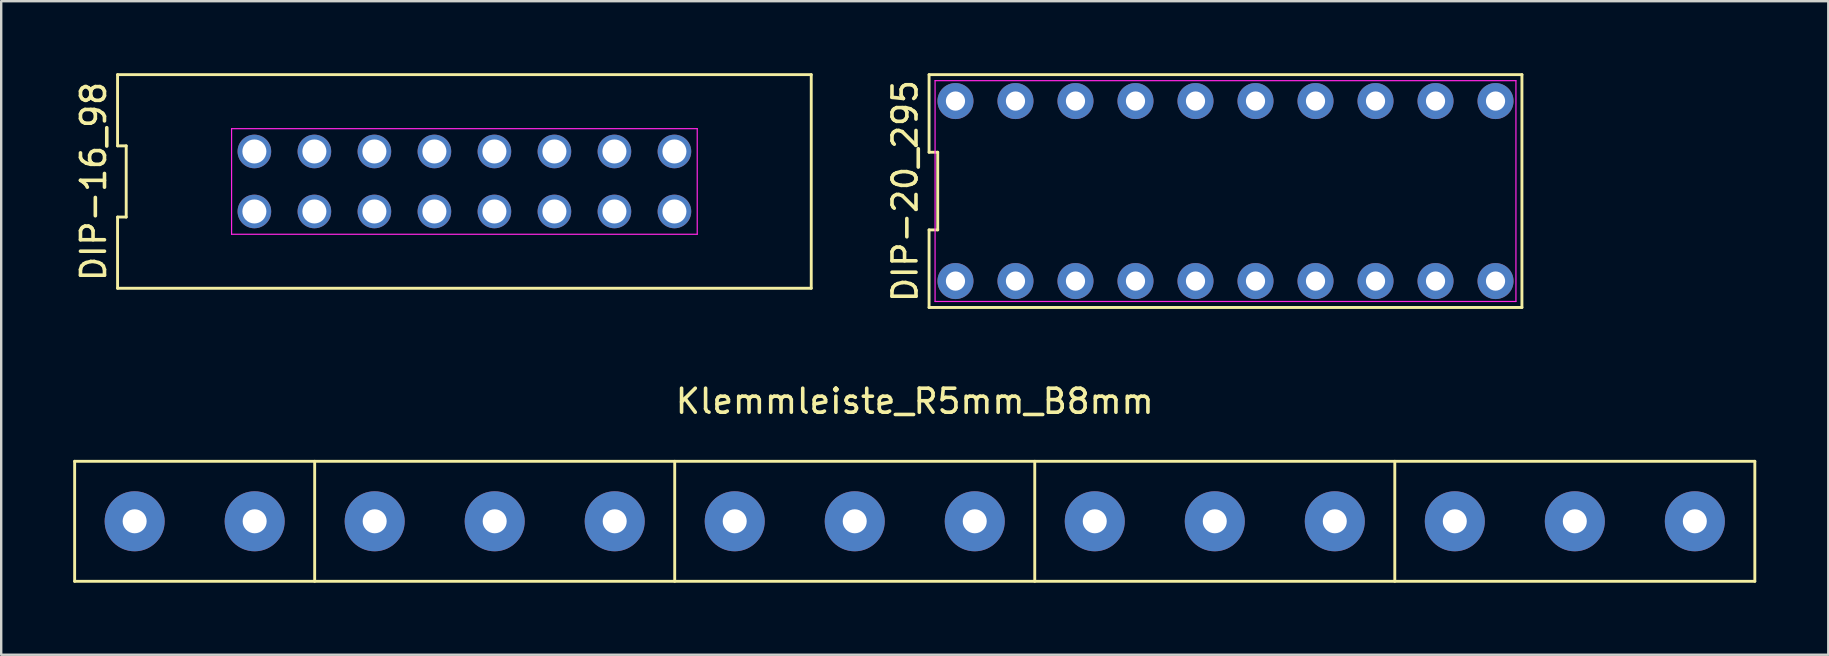
<source format=kicad_pcb>
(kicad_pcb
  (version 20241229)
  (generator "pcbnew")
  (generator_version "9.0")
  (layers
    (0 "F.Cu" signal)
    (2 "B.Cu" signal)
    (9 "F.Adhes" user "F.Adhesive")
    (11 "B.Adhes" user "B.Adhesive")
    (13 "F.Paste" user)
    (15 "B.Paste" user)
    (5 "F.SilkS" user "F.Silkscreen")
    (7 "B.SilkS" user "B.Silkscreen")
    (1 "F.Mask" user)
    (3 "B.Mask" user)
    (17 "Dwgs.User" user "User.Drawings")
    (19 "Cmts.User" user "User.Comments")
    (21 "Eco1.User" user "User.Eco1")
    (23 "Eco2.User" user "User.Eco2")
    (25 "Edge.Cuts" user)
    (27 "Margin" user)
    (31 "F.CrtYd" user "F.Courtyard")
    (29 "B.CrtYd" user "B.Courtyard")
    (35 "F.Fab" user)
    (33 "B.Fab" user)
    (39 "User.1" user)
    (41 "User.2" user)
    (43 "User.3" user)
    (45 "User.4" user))
  (footprint "DIP-20_295"
    (layer "F.Cu")
    (at 48.007 4.91)
    (property "Reference" "DIP-20_295" (at -13.35 0 90) (layer "F.SilkS") (effects (font (size 1 1) (thickness 0.15))))
    (attr through_hole)
    (fp_line (start -12.35 -4.85) (end -12.35 -1.617) (stroke (width 0.12) (type solid)) (layer "F.SilkS"))
    (fp_line (start -12.35 -1.617) (end -11.99 -1.617) (stroke (width 0.12) (type solid)) (layer "F.SilkS"))
    (fp_line (start -12.35 1.617) (end -12.35 4.85) (stroke (width 0.12) (type solid)) (layer "F.SilkS"))
    (fp_line (start -12.35 4.85) (end 12.35 4.85) (stroke (width 0.12) (type solid)) (layer "F.SilkS"))
    (fp_line (start -11.99 -1.617) (end -11.99 1.617) (stroke (width 0.12) (type solid)) (layer "F.SilkS"))
    (fp_line (start -11.99 1.617) (end -12.35 1.617) (stroke (width 0.12) (type solid)) (layer "F.SilkS"))
    (fp_line (start 12.35 -4.85) (end -12.35 -4.85) (stroke (width 0.12) (type solid)) (layer "F.SilkS"))
    (fp_line (start 12.35 4.85) (end 12.35 -4.85) (stroke (width 0.12) (type solid)) (layer "F.SilkS"))
    (fp_line (start -12.1 -4.6) (end 12.1 -4.6) (stroke (width 0.05) (type solid)) (layer "F.CrtYd"))
    (fp_line (start -12.1 4.6) (end -12.1 -4.6) (stroke (width 0.05) (type solid)) (layer "F.CrtYd"))
    (fp_line (start 12.1 -4.6) (end 12.1 4.6) (stroke (width 0.05) (type solid)) (layer "F.CrtYd"))
    (fp_line (start 12.1 4.6) (end -12.1 4.6) (stroke (width 0.05) (type solid)) (layer "F.CrtYd"))
    (pad "1" thru_hole circle (at -11.25 3.75) (size 1.5 1.5) (drill 0.8) (layers "*.Cu" "*.Mask"))
    (pad "2" thru_hole circle (at -8.75 3.75) (size 1.5 1.5) (drill 0.8) (layers "*.Cu" "*.Mask"))
    (pad "3" thru_hole circle (at -6.25 3.75) (size 1.5 1.5) (drill 0.8) (layers "*.Cu" "*.Mask"))
    (pad "4" thru_hole circle (at -3.75 3.75) (size 1.5 1.5) (drill 0.8) (layers "*.Cu" "*.Mask"))
    (pad "5" thru_hole circle (at -1.25 3.75) (size 1.5 1.5) (drill 0.8) (layers "*.Cu" "*.Mask"))
    (pad "6" thru_hole circle (at 1.25 3.75) (size 1.5 1.5) (drill 0.8) (layers "*.Cu" "*.Mask"))
    (pad "7" thru_hole circle (at 3.75 3.75) (size 1.5 1.5) (drill 0.8) (layers "*.Cu" "*.Mask"))
    (pad "8" thru_hole circle (at 6.25 3.75) (size 1.5 1.5) (drill 0.8) (layers "*.Cu" "*.Mask"))
    (pad "9" thru_hole circle (at 8.75 3.75) (size 1.5 1.5) (drill 0.8) (layers "*.Cu" "*.Mask"))
    (pad "10" thru_hole circle (at 11.25 3.75) (size 1.5 1.5) (drill 0.8) (layers "*.Cu" "*.Mask"))
    (pad "11" thru_hole circle (at 11.25 -3.75) (size 1.5 1.5) (drill 0.8) (layers "*.Cu" "*.Mask"))
    (pad "12" thru_hole circle (at 8.75 -3.75) (size 1.5 1.5) (drill 0.8) (layers "*.Cu" "*.Mask"))
    (pad "13" thru_hole circle (at 6.25 -3.75) (size 1.5 1.5) (drill 0.8) (layers "*.Cu" "*.Mask"))
    (pad "14" thru_hole circle (at 3.75 -3.75) (size 1.5 1.5) (drill 0.8) (layers "*.Cu" "*.Mask"))
    (pad "15" thru_hole circle (at 1.25 -3.75) (size 1.5 1.5) (drill 0.8) (layers "*.Cu" "*.Mask"))
    (pad "16" thru_hole circle (at -1.25 -3.75) (size 1.5 1.5) (drill 0.8) (layers "*.Cu" "*.Mask"))
    (pad "17" thru_hole circle (at -3.75 -3.75) (size 1.5 1.5) (drill 0.8) (layers "*.Cu" "*.Mask"))
    (pad "18" thru_hole circle (at -6.25 -3.75) (size 1.5 1.5) (drill 0.8) (layers "*.Cu" "*.Mask"))
    (pad "19" thru_hole circle (at -8.75 -3.75) (size 1.5 1.5) (drill 0.8) (layers "*.Cu" "*.Mask"))
    (pad "20" thru_hole circle (at -11.25 -3.75) (size 1.5 1.5) (drill 0.8) (layers "*.Cu" "*.Mask")))
  (footprint "Klemmleiste_R5mm_B8mm"
    (layer "F.Cu")
    (at 2.56 18.668)
    (property "Reference" "Klemmleiste_R5mm_B8mm" (at 32.5 -5 0) (layer "F.SilkS") (effects (font (size 1 1) (thickness 0.15))))
    (attr through_hole)
    (fp_line (start -2.5 -2.5) (end 67.5 -2.5) (stroke (width 0.12) (type solid)) (layer "F.SilkS"))
    (fp_line (start -2.5 2.5) (end -2.5 -2.5) (stroke (width 0.12) (type solid)) (layer "F.SilkS"))
    (fp_line (start 7.5 -2.5) (end 7.5 2.5) (stroke (width 0.12) (type solid)) (layer "F.SilkS"))
    (fp_line (start 22.5 -2.5) (end 22.5 2.5) (stroke (width 0.12) (type solid)) (layer "F.SilkS"))
    (fp_line (start 37.5 -2.5) (end 37.5 2.5) (stroke (width 0.12) (type solid)) (layer "F.SilkS"))
    (fp_line (start 52.5 -2.5) (end 52.5 2.5) (stroke (width 0.12) (type solid)) (layer "F.SilkS"))
    (fp_line (start 67.5 -2.5) (end 67.5 2.5) (stroke (width 0.12) (type solid)) (layer "F.SilkS"))
    (fp_line (start 67.5 2.5) (end -2.5 2.5) (stroke (width 0.12) (type solid)) (layer "F.SilkS"))
    (pad "1" thru_hole circle (at 0 0) (size 2.5 2.5) (drill 1) (layers "*.Cu" "*.Mask"))
    (pad "2" thru_hole circle (at 5 0) (size 2.5 2.5) (drill 1) (layers "*.Cu" "*.Mask"))
    (pad "3" thru_hole circle (at 10 0) (size 2.5 2.5) (drill 1) (layers "*.Cu" "*.Mask"))
    (pad "4" thru_hole circle (at 15 0) (size 2.5 2.5) (drill 1) (layers "*.Cu" "*.Mask"))
    (pad "5" thru_hole circle (at 20 0) (size 2.5 2.5) (drill 1) (layers "*.Cu" "*.Mask"))
    (pad "6" thru_hole circle (at 25 0) (size 2.5 2.5) (drill 1) (layers "*.Cu" "*.Mask"))
    (pad "7" thru_hole circle (at 30 0) (size 2.5 2.5) (drill 1) (layers "*.Cu" "*.Mask"))
    (pad "8" thru_hole circle (at 35 0) (size 2.5 2.5) (drill 1) (layers "*.Cu" "*.Mask"))
    (pad "9" thru_hole circle (at 40 0) (size 2.5 2.5) (drill 1) (layers "*.Cu" "*.Mask"))
    (pad "10" thru_hole circle (at 45 0) (size 2.5 2.5) (drill 1) (layers "*.Cu" "*.Mask"))
    (pad "11" thru_hole circle (at 50 0) (size 2.5 2.5) (drill 1) (layers "*.Cu" "*.Mask"))
    (pad "12" thru_hole circle (at 55 0) (size 2.5 2.5) (drill 1) (layers "*.Cu" "*.Mask"))
    (pad "13" thru_hole circle (at 60 0) (size 2.5 2.5) (drill 1) (layers "*.Cu" "*.Mask"))
    (pad "14" thru_hole circle (at 65 0) (size 2.5 2.5) (drill 1) (layers "*.Cu" "*.Mask")))
  (footprint "DIP-16_98"
    (layer "F.Cu")
    (at 16.298 4.51)
    (property "Reference" "DIP-16_98" (at -15.45 0 90) (layer "F.SilkS") (effects (font (size 1 1) (thickness 0.15))))
    (attr through_hole)
    (fp_line (start -14.45 -4.45) (end -14.45 -1.483) (stroke (width 0.12) (type solid)) (layer "F.SilkS"))
    (fp_line (start -14.45 -1.483) (end -14.09 -1.483) (stroke (width 0.12) (type solid)) (layer "F.SilkS"))
    (fp_line (start -14.45 1.483) (end -14.45 4.45) (stroke (width 0.12) (type solid)) (layer "F.SilkS"))
    (fp_line (start -14.45 4.45) (end 14.45 4.45) (stroke (width 0.12) (type solid)) (layer "F.SilkS"))
    (fp_line (start -14.09 -1.483) (end -14.09 1.483) (stroke (width 0.12) (type solid)) (layer "F.SilkS"))
    (fp_line (start -14.09 1.483) (end -14.45 1.483) (stroke (width 0.12) (type solid)) (layer "F.SilkS"))
    (fp_line (start 14.45 -4.45) (end -14.45 -4.45) (stroke (width 0.12) (type solid)) (layer "F.SilkS"))
    (fp_line (start 14.45 4.45) (end 14.45 -4.45) (stroke (width 0.12) (type solid)) (layer "F.SilkS"))
    (fp_line (start -9.7 -2.2) (end 9.7 -2.2) (stroke (width 0.05) (type solid)) (layer "F.CrtYd"))
    (fp_line (start -9.7 2.2) (end -9.7 -2.2) (stroke (width 0.05) (type solid)) (layer "F.CrtYd"))
    (fp_line (start 9.7 -2.2) (end 9.7 2.2) (stroke (width 0.05) (type solid)) (layer "F.CrtYd"))
    (fp_line (start 9.7 2.2) (end -9.7 2.2) (stroke (width 0.05) (type solid)) (layer "F.CrtYd"))
    (pad "1" thru_hole circle (at -8.75 1.25) (size 1.4 1.4) (drill 1) (layers "*.Cu" "*.Mask"))
    (pad "2" thru_hole circle (at -6.25 1.25) (size 1.4 1.4) (drill 1) (layers "*.Cu" "*.Mask"))
    (pad "3" thru_hole circle (at -3.75 1.25) (size 1.4 1.4) (drill 1) (layers "*.Cu" "*.Mask"))
    (pad "4" thru_hole circle (at -1.25 1.25) (size 1.4 1.4) (drill 1) (layers "*.Cu" "*.Mask"))
    (pad "5" thru_hole circle (at 1.25 1.25) (size 1.4 1.4) (drill 1) (layers "*.Cu" "*.Mask"))
    (pad "6" thru_hole circle (at 3.75 1.25) (size 1.4 1.4) (drill 1) (layers "*.Cu" "*.Mask"))
    (pad "7" thru_hole circle (at 6.25 1.25) (size 1.4 1.4) (drill 1) (layers "*.Cu" "*.Mask"))
    (pad "8" thru_hole circle (at 8.75 1.25) (size 1.4 1.4) (drill 1) (layers "*.Cu" "*.Mask"))
    (pad "9" thru_hole circle (at 8.75 -1.25) (size 1.4 1.4) (drill 1) (layers "*.Cu" "*.Mask"))
    (pad "10" thru_hole circle (at 6.25 -1.25) (size 1.4 1.4) (drill 1) (layers "*.Cu" "*.Mask"))
    (pad "11" thru_hole circle (at 3.75 -1.25) (size 1.4 1.4) (drill 1) (layers "*.Cu" "*.Mask"))
    (pad "12" thru_hole circle (at 1.25 -1.25) (size 1.4 1.4) (drill 1) (layers "*.Cu" "*.Mask"))
    (pad "13" thru_hole circle (at -1.25 -1.25) (size 1.4 1.4) (drill 1) (layers "*.Cu" "*.Mask"))
    (pad "14" thru_hole circle (at -3.75 -1.25) (size 1.4 1.4) (drill 1) (layers "*.Cu" "*.Mask"))
    (pad "15" thru_hole circle (at -6.25 -1.25) (size 1.4 1.4) (drill 1) (layers "*.Cu" "*.Mask"))
    (pad "16" thru_hole circle (at -8.75 -1.25) (size 1.4 1.4) (drill 1) (layers "*.Cu" "*.Mask")))
  (gr_rect
    (start -3 -3)
    (end 73.12 24.228)
    (stroke (width 0.1) (type default))
    (fill no)
    (layer "Edge.Cuts")))
</source>
